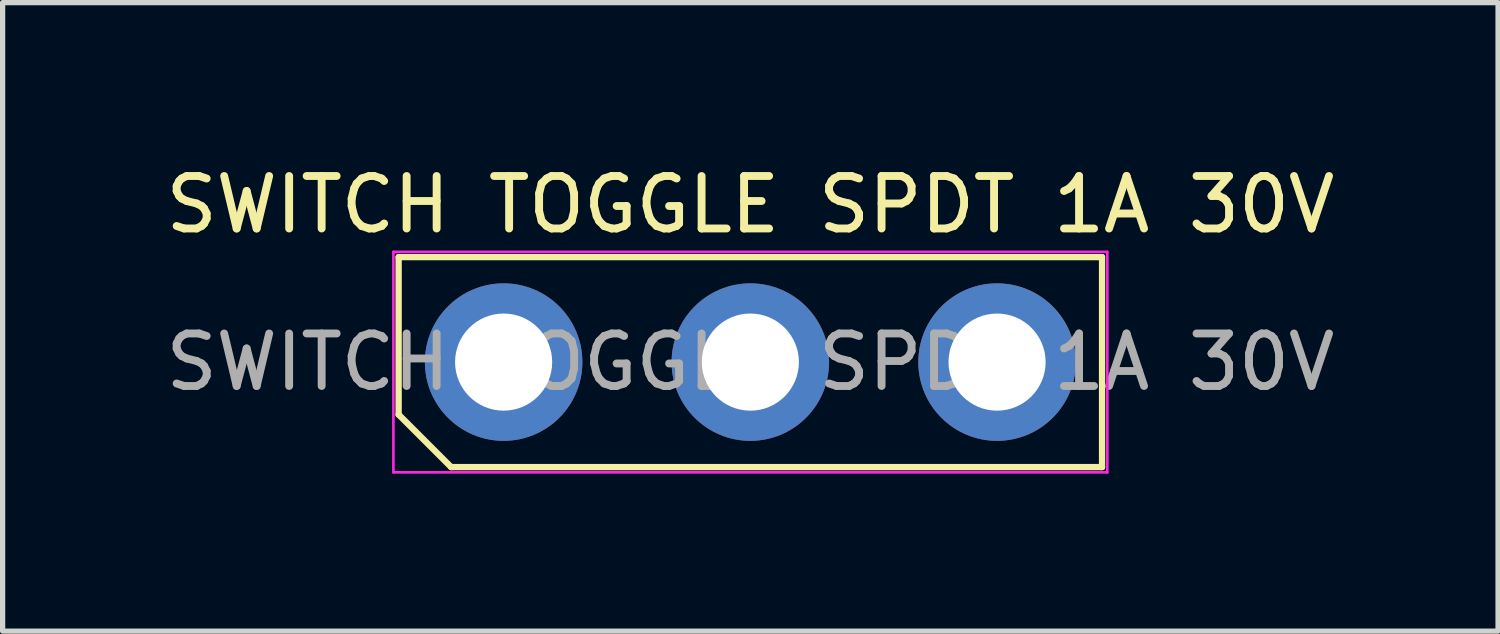
<source format=kicad_pcb>
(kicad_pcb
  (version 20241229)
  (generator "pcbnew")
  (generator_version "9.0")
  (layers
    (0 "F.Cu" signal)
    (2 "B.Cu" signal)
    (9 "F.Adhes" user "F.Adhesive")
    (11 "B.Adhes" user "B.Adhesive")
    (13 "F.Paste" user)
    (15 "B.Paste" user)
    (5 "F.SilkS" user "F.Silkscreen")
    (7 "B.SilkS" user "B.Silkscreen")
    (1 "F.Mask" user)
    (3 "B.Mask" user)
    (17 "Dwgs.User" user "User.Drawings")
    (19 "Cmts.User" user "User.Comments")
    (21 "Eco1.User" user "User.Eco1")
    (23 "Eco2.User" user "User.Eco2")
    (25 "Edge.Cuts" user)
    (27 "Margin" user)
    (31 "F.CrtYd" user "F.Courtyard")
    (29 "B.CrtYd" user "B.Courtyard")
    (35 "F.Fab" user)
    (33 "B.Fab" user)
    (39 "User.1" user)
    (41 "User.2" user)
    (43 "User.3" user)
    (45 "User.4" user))
  (footprint "SWITCH TOGGLE SPDT 1A 30V"
    (layer "F.Cu")
    (at 11.244 3.848)
    (property "Reference" "SWITCH TOGGLE SPDT 1A 30V" (at 0 -3 0) (layer "F.SilkS") (effects (font (size 1 1) (thickness 0.15))))
    (attr through_hole)
    (fp_line (start -6.7 -2) (end 6.7 -2) (stroke (width 0.12) (type default)) (layer "F.SilkS"))
    (fp_line (start -6.7 1) (end -6.7 -2) (stroke (width 0.12) (type default)) (layer "F.SilkS"))
    (fp_line (start -5.7 2) (end -6.7 1) (stroke (width 0.12) (type default)) (layer "F.SilkS"))
    (fp_line (start 6.7 -2) (end 6.7 2) (stroke (width 0.12) (type default)) (layer "F.SilkS"))
    (fp_line (start 6.7 2) (end -5.7 2) (stroke (width 0.12) (type default)) (layer "F.SilkS"))
    (fp_line (start -6.8 -2.1) (end 6.8 -2.1) (stroke (width 0.05) (type default)) (layer "F.CrtYd"))
    (fp_line (start -6.8 2.1) (end -6.8 -2.1) (stroke (width 0.05) (type default)) (layer "F.CrtYd"))
    (fp_line (start 6.8 -2.1) (end 6.8 2.1) (stroke (width 0.05) (type default)) (layer "F.CrtYd"))
    (fp_line (start 6.8 2.1) (end -6.8 2.1) (stroke (width 0.05) (type default)) (layer "F.CrtYd"))
    (fp_text user "${REFERENCE}" (at 0 0 0) (layer "F.Fab") (effects (font (size 1 1) (thickness 0.15))))
    (pad "1" thru_hole oval (at -4.7 0) (size 3 3) (drill 1.85) (layers "*.Cu" "*.Mask"))
    (pad "2" thru_hole oval (at 0 0) (size 3 3) (drill 1.85) (layers "*.Cu" "*.Mask"))
    (pad "3" thru_hole oval (at 4.7 0) (size 3 3) (drill 1.85) (layers "*.Cu" "*.Mask")))
  (gr_rect
    (start -3 -3)
    (end 25.488 8.973)
    (stroke (width 0.1) (type default))
    (fill no)
    (layer "Edge.Cuts")))
</source>
